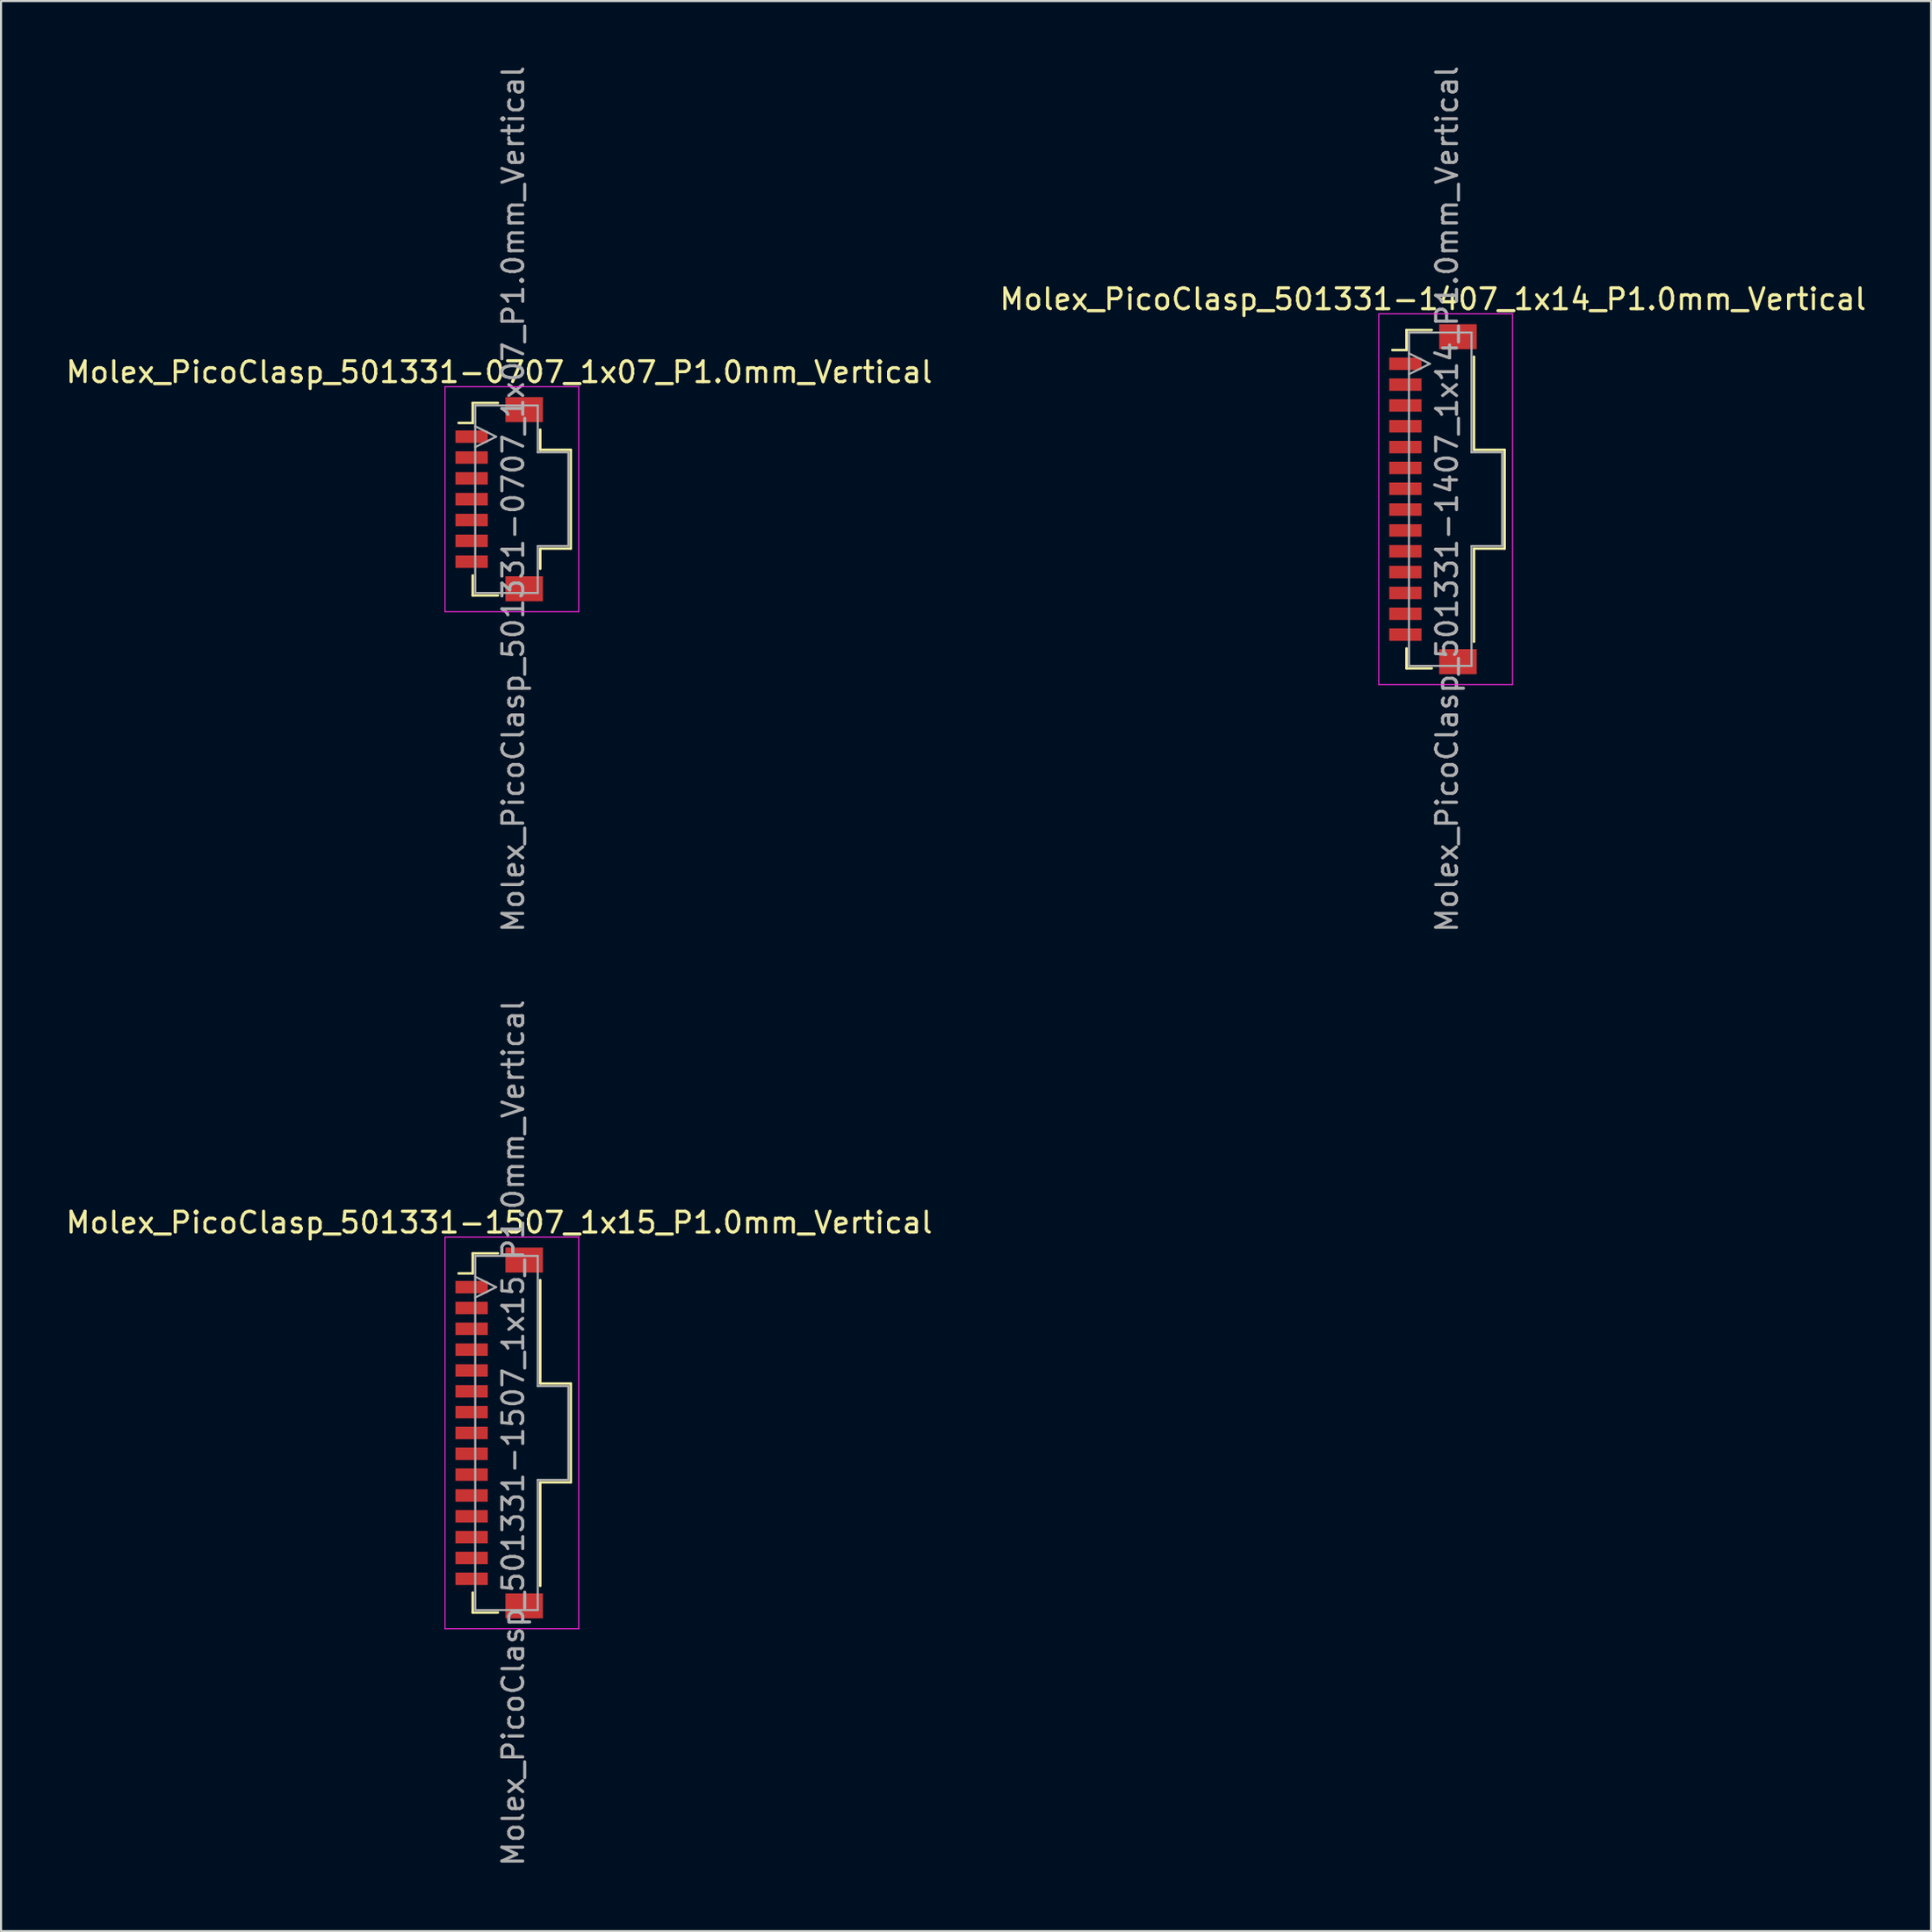
<source format=kicad_pcb>
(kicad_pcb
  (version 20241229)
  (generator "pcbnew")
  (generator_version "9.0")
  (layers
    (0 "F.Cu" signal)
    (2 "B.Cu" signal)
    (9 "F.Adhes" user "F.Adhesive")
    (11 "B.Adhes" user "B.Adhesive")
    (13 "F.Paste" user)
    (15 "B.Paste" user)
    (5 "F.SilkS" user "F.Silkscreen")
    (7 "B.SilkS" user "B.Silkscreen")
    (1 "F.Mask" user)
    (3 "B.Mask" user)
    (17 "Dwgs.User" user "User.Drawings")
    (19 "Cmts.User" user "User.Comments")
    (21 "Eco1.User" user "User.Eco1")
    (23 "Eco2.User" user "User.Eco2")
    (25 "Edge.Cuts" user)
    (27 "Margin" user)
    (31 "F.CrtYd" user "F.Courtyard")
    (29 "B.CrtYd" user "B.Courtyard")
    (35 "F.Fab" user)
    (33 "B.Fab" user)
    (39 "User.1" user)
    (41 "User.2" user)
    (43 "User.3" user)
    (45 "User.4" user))
  (footprint "Molex_PicoClasp_501331-0707_1x07_P1.0mm_Vertical"
    (layer "F.Cu")
    (at 20.911 20.911)
    (property "Reference" "Molex_PicoClasp_501331-0707_1x07_P1.0mm_Vertical" (at 0 -6.1 0) (layer "F.SilkS") (effects (font (size 1 1) (thickness 0.15))))
    (attr smd)
    (fp_line (start -1.95 -3.66) (end -1.27 -3.66) (stroke (width 0.12) (type solid)) (layer "F.SilkS"))
    (fp_line (start -1.27 -4.62) (end -0.06 -4.62) (stroke (width 0.12) (type solid)) (layer "F.SilkS"))
    (fp_line (start -1.27 -3.66) (end -1.27 -4.62) (stroke (width 0.12) (type solid)) (layer "F.SilkS"))
    (fp_line (start -1.27 3.66) (end -1.27 4.62) (stroke (width 0.12) (type solid)) (layer "F.SilkS"))
    (fp_line (start -1.27 4.62) (end -0.06 4.62) (stroke (width 0.12) (type solid)) (layer "F.SilkS"))
    (fp_line (start 1.97 -3.34) (end 1.97 -2.37) (stroke (width 0.12) (type solid)) (layer "F.SilkS"))
    (fp_line (start 1.97 -2.37) (end 3.44 -2.37) (stroke (width 0.12) (type solid)) (layer "F.SilkS"))
    (fp_line (start 1.97 2.37) (end 1.97 3.34) (stroke (width 0.12) (type solid)) (layer "F.SilkS"))
    (fp_line (start 3.44 -2.37) (end 3.44 2.37) (stroke (width 0.12) (type solid)) (layer "F.SilkS"))
    (fp_line (start 3.44 2.37) (end 1.97 2.37) (stroke (width 0.12) (type solid)) (layer "F.SilkS"))
    (fp_line (start -2.6 -5.4) (end -2.6 5.4) (stroke (width 0.05) (type solid)) (layer "F.CrtYd"))
    (fp_line (start -2.6 5.4) (end 3.82 5.4) (stroke (width 0.05) (type solid)) (layer "F.CrtYd"))
    (fp_line (start 3.82 -5.4) (end -2.6 -5.4) (stroke (width 0.05) (type solid)) (layer "F.CrtYd"))
    (fp_line (start 3.82 5.4) (end 3.82 -5.4) (stroke (width 0.05) (type solid)) (layer "F.CrtYd"))
    (fp_line (start -1.15 -4.5) (end 1.85 -4.5) (stroke (width 0.1) (type solid)) (layer "F.Fab"))
    (fp_line (start -1.15 -2.5) (end -0.15 -3) (stroke (width 0.1) (type solid)) (layer "F.Fab"))
    (fp_line (start -1.15 4.5) (end -1.15 -4.5) (stroke (width 0.1) (type solid)) (layer "F.Fab"))
    (fp_line (start -0.15 -3) (end -1.15 -3.5) (stroke (width 0.1) (type solid)) (layer "F.Fab"))
    (fp_line (start 1.85 -4.5) (end 1.85 -2.25) (stroke (width 0.1) (type solid)) (layer "F.Fab"))
    (fp_line (start 1.85 -2.25) (end 3.32 -2.25) (stroke (width 0.1) (type solid)) (layer "F.Fab"))
    (fp_line (start 1.85 2.25) (end 1.85 4.5) (stroke (width 0.1) (type solid)) (layer "F.Fab"))
    (fp_line (start 1.85 4.5) (end -1.15 4.5) (stroke (width 0.1) (type solid)) (layer "F.Fab"))
    (fp_line (start 3.32 -2.25) (end 3.32 2.25) (stroke (width 0.1) (type solid)) (layer "F.Fab"))
    (fp_line (start 3.32 2.25) (end 1.85 2.25) (stroke (width 0.1) (type solid)) (layer "F.Fab"))
    (fp_text user "${REFERENCE}" (at 0.675 0 90) (layer "F.Fab") (effects (font (size 1 1) (thickness 0.15))))
    (pad "" smd rect (at 1.2 -4.3) (size 1.8 1.2) (layers "F.Cu" "F.Mask" "F.Paste"))
    (pad "" smd rect (at 1.2 4.3) (size 1.8 1.2) (layers "F.Cu" "F.Mask" "F.Paste"))
    (pad "1" smd rect (at -1.325 -3) (size 1.55 0.6) (layers "F.Cu" "F.Mask" "F.Paste"))
    (pad "2" smd rect (at -1.325 -2) (size 1.55 0.6) (layers "F.Cu" "F.Mask" "F.Paste"))
    (pad "3" smd rect (at -1.325 -1) (size 1.55 0.6) (layers "F.Cu" "F.Mask" "F.Paste"))
    (pad "4" smd rect (at -1.325 0) (size 1.55 0.6) (layers "F.Cu" "F.Mask" "F.Paste"))
    (pad "5" smd rect (at -1.325 1) (size 1.55 0.6) (layers "F.Cu" "F.Mask" "F.Paste"))
    (pad "6" smd rect (at -1.325 2) (size 1.55 0.6) (layers "F.Cu" "F.Mask" "F.Paste"))
    (pad "7" smd rect (at -1.325 3) (size 1.55 0.6) (layers "F.Cu" "F.Mask" "F.Paste")))
  (footprint "Molex_PicoClasp_501331-1507_1x15_P1.0mm_Vertical"
    (layer "F.Cu")
    (at 20.911 65.732)
    (property "Reference" "Molex_PicoClasp_501331-1507_1x15_P1.0mm_Vertical" (at 0 -10.1 0) (layer "F.SilkS") (effects (font (size 1 1) (thickness 0.15))))
    (attr smd)
    (fp_line (start -1.95 -7.66) (end -1.27 -7.66) (stroke (width 0.12) (type solid)) (layer "F.SilkS"))
    (fp_line (start -1.27 -8.62) (end -0.06 -8.62) (stroke (width 0.12) (type solid)) (layer "F.SilkS"))
    (fp_line (start -1.27 -7.66) (end -1.27 -8.62) (stroke (width 0.12) (type solid)) (layer "F.SilkS"))
    (fp_line (start -1.27 7.66) (end -1.27 8.62) (stroke (width 0.12) (type solid)) (layer "F.SilkS"))
    (fp_line (start -1.27 8.62) (end -0.06 8.62) (stroke (width 0.12) (type solid)) (layer "F.SilkS"))
    (fp_line (start 1.97 -7.34) (end 1.97 -2.37) (stroke (width 0.12) (type solid)) (layer "F.SilkS"))
    (fp_line (start 1.97 -2.37) (end 3.44 -2.37) (stroke (width 0.12) (type solid)) (layer "F.SilkS"))
    (fp_line (start 1.97 2.37) (end 1.97 7.34) (stroke (width 0.12) (type solid)) (layer "F.SilkS"))
    (fp_line (start 3.44 -2.37) (end 3.44 2.37) (stroke (width 0.12) (type solid)) (layer "F.SilkS"))
    (fp_line (start 3.44 2.37) (end 1.97 2.37) (stroke (width 0.12) (type solid)) (layer "F.SilkS"))
    (fp_line (start -2.6 -9.4) (end -2.6 9.4) (stroke (width 0.05) (type solid)) (layer "F.CrtYd"))
    (fp_line (start -2.6 9.4) (end 3.82 9.4) (stroke (width 0.05) (type solid)) (layer "F.CrtYd"))
    (fp_line (start 3.82 -9.4) (end -2.6 -9.4) (stroke (width 0.05) (type solid)) (layer "F.CrtYd"))
    (fp_line (start 3.82 9.4) (end 3.82 -9.4) (stroke (width 0.05) (type solid)) (layer "F.CrtYd"))
    (fp_line (start -1.15 -8.5) (end 1.85 -8.5) (stroke (width 0.1) (type solid)) (layer "F.Fab"))
    (fp_line (start -1.15 -6.5) (end -0.15 -7) (stroke (width 0.1) (type solid)) (layer "F.Fab"))
    (fp_line (start -1.15 8.5) (end -1.15 -8.5) (stroke (width 0.1) (type solid)) (layer "F.Fab"))
    (fp_line (start -0.15 -7) (end -1.15 -7.5) (stroke (width 0.1) (type solid)) (layer "F.Fab"))
    (fp_line (start 1.85 -8.5) (end 1.85 -2.25) (stroke (width 0.1) (type solid)) (layer "F.Fab"))
    (fp_line (start 1.85 -2.25) (end 3.32 -2.25) (stroke (width 0.1) (type solid)) (layer "F.Fab"))
    (fp_line (start 1.85 2.25) (end 1.85 8.5) (stroke (width 0.1) (type solid)) (layer "F.Fab"))
    (fp_line (start 1.85 8.5) (end -1.15 8.5) (stroke (width 0.1) (type solid)) (layer "F.Fab"))
    (fp_line (start 3.32 -2.25) (end 3.32 2.25) (stroke (width 0.1) (type solid)) (layer "F.Fab"))
    (fp_line (start 3.32 2.25) (end 1.85 2.25) (stroke (width 0.1) (type solid)) (layer "F.Fab"))
    (fp_text user "${REFERENCE}" (at 0.675 0 90) (layer "F.Fab") (effects (font (size 1 1) (thickness 0.15))))
    (pad "" smd rect (at 1.2 -8.3) (size 1.8 1.2) (layers "F.Cu" "F.Mask" "F.Paste"))
    (pad "" smd rect (at 1.2 8.3) (size 1.8 1.2) (layers "F.Cu" "F.Mask" "F.Paste"))
    (pad "1" smd rect (at -1.325 -7) (size 1.55 0.6) (layers "F.Cu" "F.Mask" "F.Paste"))
    (pad "2" smd rect (at -1.325 -6) (size 1.55 0.6) (layers "F.Cu" "F.Mask" "F.Paste"))
    (pad "3" smd rect (at -1.325 -5) (size 1.55 0.6) (layers "F.Cu" "F.Mask" "F.Paste"))
    (pad "4" smd rect (at -1.325 -4) (size 1.55 0.6) (layers "F.Cu" "F.Mask" "F.Paste"))
    (pad "5" smd rect (at -1.325 -3) (size 1.55 0.6) (layers "F.Cu" "F.Mask" "F.Paste"))
    (pad "6" smd rect (at -1.325 -2) (size 1.55 0.6) (layers "F.Cu" "F.Mask" "F.Paste"))
    (pad "7" smd rect (at -1.325 -1) (size 1.55 0.6) (layers "F.Cu" "F.Mask" "F.Paste"))
    (pad "8" smd rect (at -1.325 0) (size 1.55 0.6) (layers "F.Cu" "F.Mask" "F.Paste"))
    (pad "9" smd rect (at -1.325 1) (size 1.55 0.6) (layers "F.Cu" "F.Mask" "F.Paste"))
    (pad "10" smd rect (at -1.325 2) (size 1.55 0.6) (layers "F.Cu" "F.Mask" "F.Paste"))
    (pad "11" smd rect (at -1.325 3) (size 1.55 0.6) (layers "F.Cu" "F.Mask" "F.Paste"))
    (pad "12" smd rect (at -1.325 4) (size 1.55 0.6) (layers "F.Cu" "F.Mask" "F.Paste"))
    (pad "13" smd rect (at -1.325 5) (size 1.55 0.6) (layers "F.Cu" "F.Mask" "F.Paste"))
    (pad "14" smd rect (at -1.325 6) (size 1.55 0.6) (layers "F.Cu" "F.Mask" "F.Paste"))
    (pad "15" smd rect (at -1.325 7) (size 1.55 0.6) (layers "F.Cu" "F.Mask" "F.Paste")))
  (footprint "Molex_PicoClasp_501331-1407_1x14_P1.0mm_Vertical"
    (layer "F.Cu")
    (at 65.732 20.911)
    (property "Reference" "Molex_PicoClasp_501331-1407_1x14_P1.0mm_Vertical" (at 0 -9.6 0) (layer "F.SilkS") (effects (font (size 1 1) (thickness 0.15))))
    (attr smd)
    (fp_line (start -1.95 -7.16) (end -1.27 -7.16) (stroke (width 0.12) (type solid)) (layer "F.SilkS"))
    (fp_line (start -1.27 -8.12) (end -0.06 -8.12) (stroke (width 0.12) (type solid)) (layer "F.SilkS"))
    (fp_line (start -1.27 -7.16) (end -1.27 -8.12) (stroke (width 0.12) (type solid)) (layer "F.SilkS"))
    (fp_line (start -1.27 7.16) (end -1.27 8.12) (stroke (width 0.12) (type solid)) (layer "F.SilkS"))
    (fp_line (start -1.27 8.12) (end -0.06 8.12) (stroke (width 0.12) (type solid)) (layer "F.SilkS"))
    (fp_line (start 1.97 -6.84) (end 1.97 -2.37) (stroke (width 0.12) (type solid)) (layer "F.SilkS"))
    (fp_line (start 1.97 -2.37) (end 3.44 -2.37) (stroke (width 0.12) (type solid)) (layer "F.SilkS"))
    (fp_line (start 1.97 2.37) (end 1.97 6.84) (stroke (width 0.12) (type solid)) (layer "F.SilkS"))
    (fp_line (start 3.44 -2.37) (end 3.44 2.37) (stroke (width 0.12) (type solid)) (layer "F.SilkS"))
    (fp_line (start 3.44 2.37) (end 1.97 2.37) (stroke (width 0.12) (type solid)) (layer "F.SilkS"))
    (fp_line (start -2.6 -8.9) (end -2.6 8.9) (stroke (width 0.05) (type solid)) (layer "F.CrtYd"))
    (fp_line (start -2.6 8.9) (end 3.82 8.9) (stroke (width 0.05) (type solid)) (layer "F.CrtYd"))
    (fp_line (start 3.82 -8.9) (end -2.6 -8.9) (stroke (width 0.05) (type solid)) (layer "F.CrtYd"))
    (fp_line (start 3.82 8.9) (end 3.82 -8.9) (stroke (width 0.05) (type solid)) (layer "F.CrtYd"))
    (fp_line (start -1.15 -8) (end 1.85 -8) (stroke (width 0.1) (type solid)) (layer "F.Fab"))
    (fp_line (start -1.15 -6) (end -0.15 -6.5) (stroke (width 0.1) (type solid)) (layer "F.Fab"))
    (fp_line (start -1.15 8) (end -1.15 -8) (stroke (width 0.1) (type solid)) (layer "F.Fab"))
    (fp_line (start -0.15 -6.5) (end -1.15 -7) (stroke (width 0.1) (type solid)) (layer "F.Fab"))
    (fp_line (start 1.85 -8) (end 1.85 -2.25) (stroke (width 0.1) (type solid)) (layer "F.Fab"))
    (fp_line (start 1.85 -2.25) (end 3.32 -2.25) (stroke (width 0.1) (type solid)) (layer "F.Fab"))
    (fp_line (start 1.85 2.25) (end 1.85 8) (stroke (width 0.1) (type solid)) (layer "F.Fab"))
    (fp_line (start 1.85 8) (end -1.15 8) (stroke (width 0.1) (type solid)) (layer "F.Fab"))
    (fp_line (start 3.32 -2.25) (end 3.32 2.25) (stroke (width 0.1) (type solid)) (layer "F.Fab"))
    (fp_line (start 3.32 2.25) (end 1.85 2.25) (stroke (width 0.1) (type solid)) (layer "F.Fab"))
    (fp_text user "${REFERENCE}" (at 0.675 0 90) (layer "F.Fab") (effects (font (size 1 1) (thickness 0.15))))
    (pad "" smd rect (at 1.2 -7.8) (size 1.8 1.2) (layers "F.Cu" "F.Mask" "F.Paste"))
    (pad "" smd rect (at 1.2 7.8) (size 1.8 1.2) (layers "F.Cu" "F.Mask" "F.Paste"))
    (pad "1" smd rect (at -1.325 -6.5) (size 1.55 0.6) (layers "F.Cu" "F.Mask" "F.Paste"))
    (pad "2" smd rect (at -1.325 -5.5) (size 1.55 0.6) (layers "F.Cu" "F.Mask" "F.Paste"))
    (pad "3" smd rect (at -1.325 -4.5) (size 1.55 0.6) (layers "F.Cu" "F.Mask" "F.Paste"))
    (pad "4" smd rect (at -1.325 -3.5) (size 1.55 0.6) (layers "F.Cu" "F.Mask" "F.Paste"))
    (pad "5" smd rect (at -1.325 -2.5) (size 1.55 0.6) (layers "F.Cu" "F.Mask" "F.Paste"))
    (pad "6" smd rect (at -1.325 -1.5) (size 1.55 0.6) (layers "F.Cu" "F.Mask" "F.Paste"))
    (pad "7" smd rect (at -1.325 -0.5) (size 1.55 0.6) (layers "F.Cu" "F.Mask" "F.Paste"))
    (pad "8" smd rect (at -1.325 0.5) (size 1.55 0.6) (layers "F.Cu" "F.Mask" "F.Paste"))
    (pad "9" smd rect (at -1.325 1.5) (size 1.55 0.6) (layers "F.Cu" "F.Mask" "F.Paste"))
    (pad "10" smd rect (at -1.325 2.5) (size 1.55 0.6) (layers "F.Cu" "F.Mask" "F.Paste"))
    (pad "11" smd rect (at -1.325 3.5) (size 1.55 0.6) (layers "F.Cu" "F.Mask" "F.Paste"))
    (pad "12" smd rect (at -1.325 4.5) (size 1.55 0.6) (layers "F.Cu" "F.Mask" "F.Paste"))
    (pad "13" smd rect (at -1.325 5.5) (size 1.55 0.6) (layers "F.Cu" "F.Mask" "F.Paste"))
    (pad "14" smd rect (at -1.325 6.5) (size 1.55 0.6) (layers "F.Cu" "F.Mask" "F.Paste")))
  (gr_rect
    (start -3 -3)
    (end 89.643 89.643)
    (stroke (width 0.1) (type default))
    (fill no)
    (layer "Edge.Cuts")))
</source>
